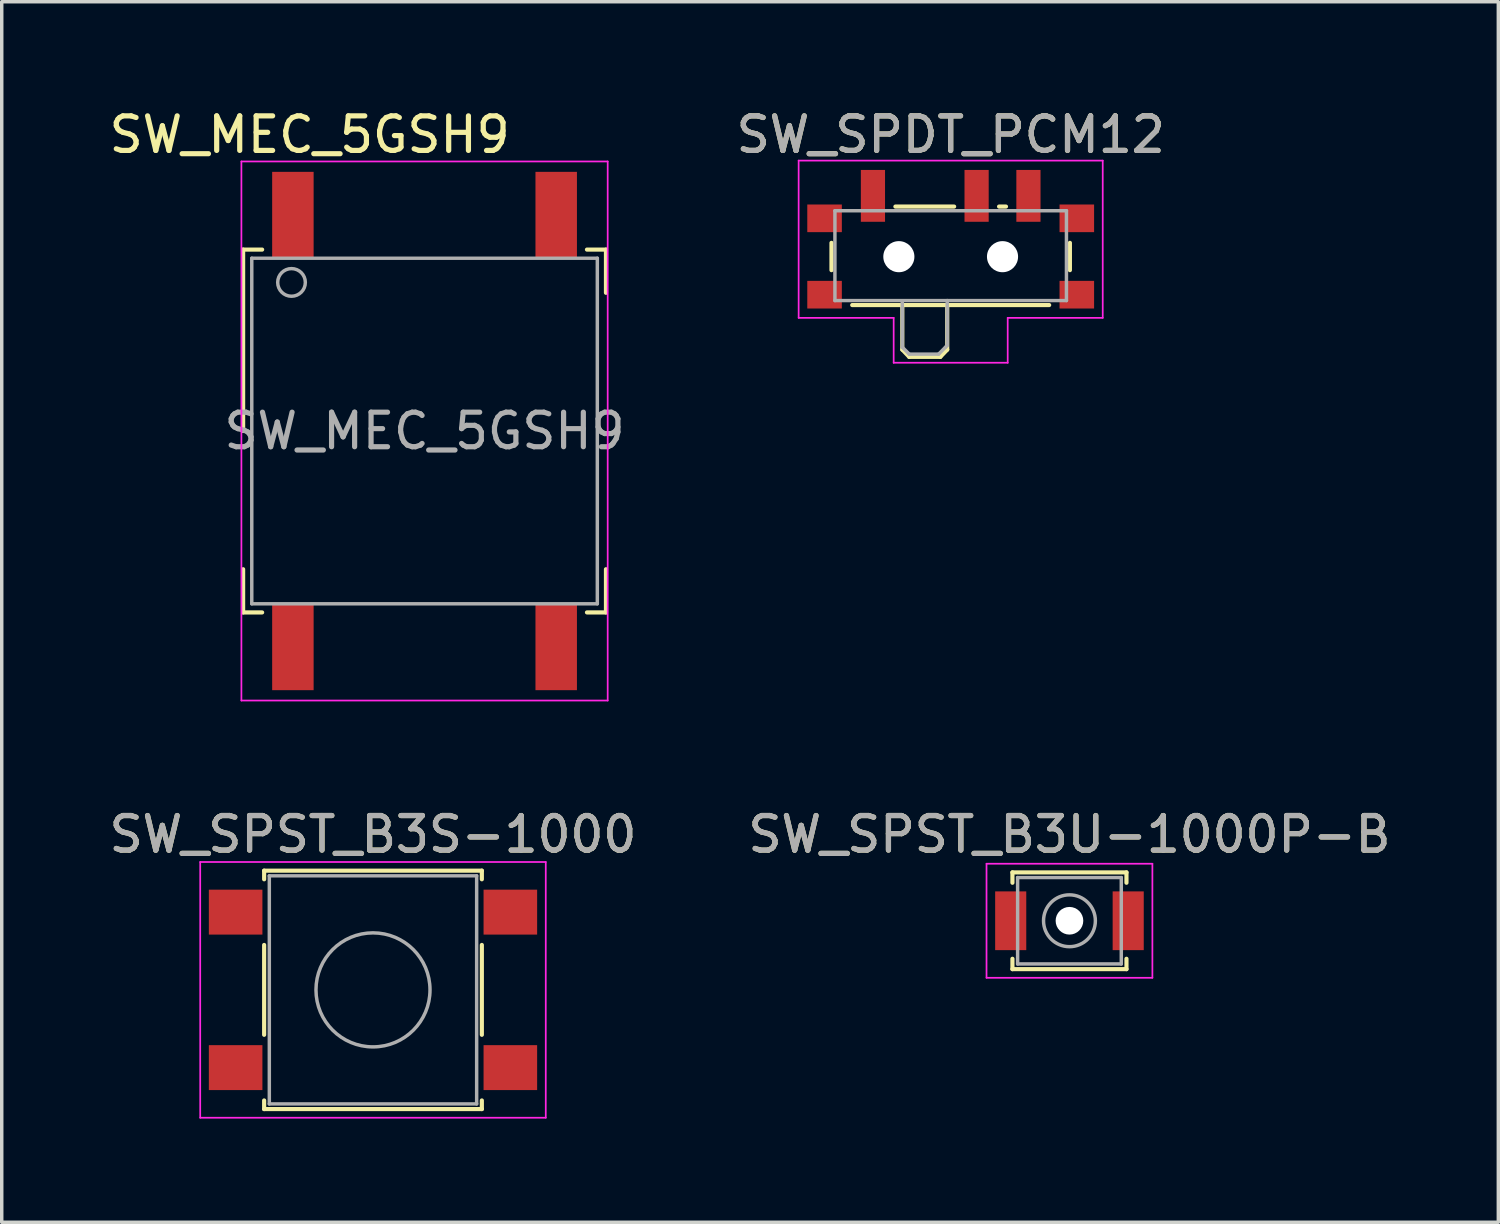
<source format=kicad_pcb>
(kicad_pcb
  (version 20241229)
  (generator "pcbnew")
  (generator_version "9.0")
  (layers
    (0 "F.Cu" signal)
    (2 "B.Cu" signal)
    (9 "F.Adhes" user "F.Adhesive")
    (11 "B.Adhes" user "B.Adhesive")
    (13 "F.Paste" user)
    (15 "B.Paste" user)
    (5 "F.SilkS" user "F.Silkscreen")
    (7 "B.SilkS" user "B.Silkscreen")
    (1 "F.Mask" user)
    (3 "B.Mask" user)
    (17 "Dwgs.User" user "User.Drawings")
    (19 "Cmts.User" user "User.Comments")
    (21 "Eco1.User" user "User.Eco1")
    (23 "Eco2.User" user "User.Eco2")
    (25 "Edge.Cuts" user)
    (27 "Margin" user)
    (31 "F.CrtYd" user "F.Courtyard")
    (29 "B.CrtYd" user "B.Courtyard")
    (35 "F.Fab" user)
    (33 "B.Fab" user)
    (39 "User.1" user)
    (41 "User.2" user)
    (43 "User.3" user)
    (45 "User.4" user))
  (footprint "SW_SPST_B3S-1000"
    (layer "F.Cu")
    (at 7.744 25.596)
    (property "Reference" "SW_SPST_B3S-1000" (at 0 -4.5 0) (layer "F.SilkS") (effects (font (size 1 1) (thickness 0.15))))
    (attr smd)
    (fp_line (start -3.15 -3.45) (end 3.15 -3.45) (stroke (width 0.12) (type solid)) (layer "F.SilkS"))
    (fp_line (start -3.15 -3.2) (end -3.15 -3.45) (stroke (width 0.12) (type solid)) (layer "F.SilkS"))
    (fp_line (start -3.15 1.3) (end -3.15 -1.3) (stroke (width 0.12) (type solid)) (layer "F.SilkS"))
    (fp_line (start -3.15 3.45) (end -3.15 3.2) (stroke (width 0.12) (type solid)) (layer "F.SilkS"))
    (fp_line (start 3.15 -3.45) (end 3.15 -3.2) (stroke (width 0.12) (type solid)) (layer "F.SilkS"))
    (fp_line (start 3.15 -1.3) (end 3.15 1.3) (stroke (width 0.12) (type solid)) (layer "F.SilkS"))
    (fp_line (start 3.15 3.2) (end 3.15 3.45) (stroke (width 0.12) (type solid)) (layer "F.SilkS"))
    (fp_line (start 3.15 3.45) (end -3.15 3.45) (stroke (width 0.12) (type solid)) (layer "F.SilkS"))
    (fp_line (start -5 -3.7) (end -5 3.7) (stroke (width 0.05) (type solid)) (layer "F.CrtYd"))
    (fp_line (start -5 3.7) (end 5 3.7) (stroke (width 0.05) (type solid)) (layer "F.CrtYd"))
    (fp_line (start 5 -3.7) (end -5 -3.7) (stroke (width 0.05) (type solid)) (layer "F.CrtYd"))
    (fp_line (start 5 3.7) (end 5 -3.7) (stroke (width 0.05) (type solid)) (layer "F.CrtYd"))
    (fp_line (start -3 -3.3) (end 3 -3.3) (stroke (width 0.1) (type solid)) (layer "F.Fab"))
    (fp_line (start -3 3.3) (end -3 -3.3) (stroke (width 0.1) (type solid)) (layer "F.Fab"))
    (fp_line (start 3 -3.3) (end 3 3.3) (stroke (width 0.1) (type solid)) (layer "F.Fab"))
    (fp_line (start 3 3.3) (end -3 3.3) (stroke (width 0.1) (type solid)) (layer "F.Fab"))
    (fp_circle (center 0 0) (end 1.65 0) (stroke (width 0.1) (type solid)) (fill no) (layer "F.Fab"))
    (fp_text user "${REFERENCE}" (at 0 -4.5 0) (layer "F.Fab") (effects (font (size 1 1) (thickness 0.15))))
    (pad "1" smd rect (at -3.975 -2.25) (size 1.55 1.3) (layers "F.Cu" "F.Mask" "F.Paste"))
    (pad "1" smd rect (at 3.975 -2.25) (size 1.55 1.3) (layers "F.Cu" "F.Mask" "F.Paste"))
    (pad "2" smd rect (at -3.975 2.25) (size 1.55 1.3) (layers "F.Cu" "F.Mask" "F.Paste"))
    (pad "2" smd rect (at 3.975 2.25) (size 1.55 1.3) (layers "F.Cu" "F.Mask" "F.Paste")))
  (footprint "SW_SPST_B3U-1000P-B"
    (layer "F.Cu")
    (at 27.899 23.596)
    (property "Reference" "SW_SPST_B3U-1000P-B" (at 0 -2.5 0) (layer "F.SilkS") (effects (font (size 1 1) (thickness 0.15))))
    (attr smd)
    (fp_line (start -1.65 -1.4) (end 1.65 -1.4) (stroke (width 0.12) (type solid)) (layer "F.SilkS"))
    (fp_line (start -1.65 -1.1) (end -1.65 -1.4) (stroke (width 0.12) (type solid)) (layer "F.SilkS"))
    (fp_line (start -1.65 1.1) (end -1.65 1.4) (stroke (width 0.12) (type solid)) (layer "F.SilkS"))
    (fp_line (start -1.65 1.4) (end 1.65 1.4) (stroke (width 0.12) (type solid)) (layer "F.SilkS"))
    (fp_line (start 1.65 -1.4) (end 1.65 -1.1) (stroke (width 0.12) (type solid)) (layer "F.SilkS"))
    (fp_line (start 1.65 1.4) (end 1.65 1.1) (stroke (width 0.12) (type solid)) (layer "F.SilkS"))
    (fp_line (start -2.4 -1.65) (end -2.4 1.65) (stroke (width 0.05) (type solid)) (layer "F.CrtYd"))
    (fp_line (start -2.4 1.65) (end 2.4 1.65) (stroke (width 0.05) (type solid)) (layer "F.CrtYd"))
    (fp_line (start 2.4 -1.65) (end -2.4 -1.65) (stroke (width 0.05) (type solid)) (layer "F.CrtYd"))
    (fp_line (start 2.4 1.65) (end 2.4 -1.65) (stroke (width 0.05) (type solid)) (layer "F.CrtYd"))
    (fp_line (start -1.5 -1.25) (end 1.5 -1.25) (stroke (width 0.1) (type solid)) (layer "F.Fab"))
    (fp_line (start -1.5 1.25) (end -1.5 -1.25) (stroke (width 0.1) (type solid)) (layer "F.Fab"))
    (fp_line (start 1.5 -1.25) (end 1.5 1.25) (stroke (width 0.1) (type solid)) (layer "F.Fab"))
    (fp_line (start 1.5 1.25) (end -1.5 1.25) (stroke (width 0.1) (type solid)) (layer "F.Fab"))
    (fp_circle (center 0 0) (end 0.75 0) (stroke (width 0.1) (type solid)) (fill no) (layer "F.Fab"))
    (fp_text user "${REFERENCE}" (at 0 -2.5 0) (layer "F.Fab") (effects (font (size 1 1) (thickness 0.15))))
    (pad "" np_thru_hole circle (at 0 0) (size 0.8 0.8) (drill 0.8) (layers "*.Cu" "*.Mask"))
    (pad "1" smd rect (at -1.7 0) (size 0.9 1.7) (layers "F.Cu" "F.Mask" "F.Paste"))
    (pad "2" smd rect (at 1.7 0) (size 0.9 1.7) (layers "F.Cu" "F.Mask" "F.Paste")))
  (footprint "SW_MEC_5GSH9"
    (layer "F.Cu")
    (at 9.236 9.423)
    (property "Reference" "SW_MEC_5GSH9" (at -3.325 -8.575 180) (layer "F.SilkS") (effects (font (size 1 1) (thickness 0.15))))
    (attr smd)
    (fp_line (start -5.25 -5.25) (end -5.25 0) (stroke (width 0.12) (type solid)) (layer "F.SilkS"))
    (fp_line (start -5.25 5.25) (end -5.25 4) (stroke (width 0.12) (type solid)) (layer "F.SilkS"))
    (fp_line (start -4.7 -5.25) (end -5.25 -5.25) (stroke (width 0.12) (type solid)) (layer "F.SilkS"))
    (fp_line (start -4.7 5.25) (end -5.25 5.25) (stroke (width 0.12) (type solid)) (layer "F.SilkS"))
    (fp_line (start 4.7 -5.25) (end 5.25 -5.25) (stroke (width 0.12) (type solid)) (layer "F.SilkS"))
    (fp_line (start 4.7 5.25) (end 5.25 5.25) (stroke (width 0.12) (type solid)) (layer "F.SilkS"))
    (fp_line (start 5.25 -5.25) (end 5.25 -4) (stroke (width 0.12) (type solid)) (layer "F.SilkS"))
    (fp_line (start 5.25 5.25) (end 5.25 4) (stroke (width 0.12) (type solid)) (layer "F.SilkS"))
    (fp_line (start -5.3 -7.8) (end 5.3 -7.8) (stroke (width 0.05) (type solid)) (layer "F.CrtYd"))
    (fp_line (start -5.3 7.8) (end -5.3 -7.8) (stroke (width 0.05) (type solid)) (layer "F.CrtYd"))
    (fp_line (start 5.3 -7.8) (end 5.3 7.8) (stroke (width 0.05) (type solid)) (layer "F.CrtYd"))
    (fp_line (start 5.3 7.8) (end -5.3 7.8) (stroke (width 0.05) (type solid)) (layer "F.CrtYd"))
    (fp_line (start -5 -5) (end 5 -5) (stroke (width 0.1) (type solid)) (layer "F.Fab"))
    (fp_line (start -5 5) (end -5 -5) (stroke (width 0.1) (type solid)) (layer "F.Fab"))
    (fp_line (start 5 -5) (end 5 5) (stroke (width 0.1) (type solid)) (layer "F.Fab"))
    (fp_line (start 5 5) (end -5 5) (stroke (width 0.1) (type solid)) (layer "F.Fab"))
    (fp_circle (center -3.85 -4.3) (end -3.85 -4.7) (stroke (width 0.1) (type solid)) (fill no) (layer "F.Fab"))
    (fp_text user "${REFERENCE}" (at 0 0 0) (layer "F.Fab") (effects (font (size 1 1) (thickness 0.15))))
    (pad "1" smd rect (at -3.81 -6.25 90) (size 2.5 1.2) (layers "F.Cu" "F.Mask" "F.Paste"))
    (pad "2" smd rect (at -3.81 6.25 90) (size 2.5 1.2) (layers "F.Cu" "F.Mask" "F.Paste"))
    (pad "3" smd rect (at 3.81 -6.25 90) (size 2.5 1.2) (layers "F.Cu" "F.Mask" "F.Paste"))
    (pad "4" smd rect (at 3.81 6.25 90) (size 2.5 1.2) (layers "F.Cu" "F.Mask" "F.Paste")))
  (footprint "SW_SPDT_PCM12"
    (layer "F.Cu")
    (at 24.462 4.048)
    (property "Reference" "SW_SPDT_PCM12" (at 0 -3.2 0) (layer "F.SilkS") (effects (font (size 1 1) (thickness 0.15))))
    (attr smd)
    (fp_line (start -3.45 -0.07) (end -3.45 0.72) (stroke (width 0.12) (type solid)) (layer "F.SilkS"))
    (fp_line (start -2.85 1.73) (end 2.85 1.73) (stroke (width 0.12) (type solid)) (layer "F.SilkS"))
    (fp_line (start -1.6 -1.12) (end 0.1 -1.12) (stroke (width 0.12) (type solid)) (layer "F.SilkS"))
    (fp_line (start -1.4 1.73) (end -1.4 3.02) (stroke (width 0.12) (type solid)) (layer "F.SilkS"))
    (fp_line (start -1.4 3.02) (end -1.2 3.23) (stroke (width 0.12) (type solid)) (layer "F.SilkS"))
    (fp_line (start -1.2 3.23) (end -0.3 3.23) (stroke (width 0.12) (type solid)) (layer "F.SilkS"))
    (fp_line (start -0.1 3.02) (end -0.3 3.23) (stroke (width 0.12) (type solid)) (layer "F.SilkS"))
    (fp_line (start -0.1 3.02) (end -0.1 1.73) (stroke (width 0.12) (type solid)) (layer "F.SilkS"))
    (fp_line (start 1.4 -1.12) (end 1.6 -1.12) (stroke (width 0.12) (type solid)) (layer "F.SilkS"))
    (fp_line (start 3.45 0.72) (end 3.45 -0.07) (stroke (width 0.12) (type solid)) (layer "F.SilkS"))
    (fp_line (start -4.4 -2.45) (end 4.4 -2.45) (stroke (width 0.05) (type solid)) (layer "F.CrtYd"))
    (fp_line (start -4.4 2.1) (end -4.4 -2.45) (stroke (width 0.05) (type solid)) (layer "F.CrtYd"))
    (fp_line (start -1.65 2.1) (end -4.4 2.1) (stroke (width 0.05) (type solid)) (layer "F.CrtYd"))
    (fp_line (start -1.65 3.4) (end -1.65 2.1) (stroke (width 0.05) (type solid)) (layer "F.CrtYd"))
    (fp_line (start 1.65 2.1) (end 1.65 3.4) (stroke (width 0.05) (type solid)) (layer "F.CrtYd"))
    (fp_line (start 1.65 3.4) (end -1.65 3.4) (stroke (width 0.05) (type solid)) (layer "F.CrtYd"))
    (fp_line (start 4.4 -2.45) (end 4.4 2.1) (stroke (width 0.05) (type solid)) (layer "F.CrtYd"))
    (fp_line (start 4.4 2.1) (end 1.65 2.1) (stroke (width 0.05) (type solid)) (layer "F.CrtYd"))
    (fp_line (start -3.35 -1) (end -3.35 1.6) (stroke (width 0.1) (type solid)) (layer "F.Fab"))
    (fp_line (start -3.35 1.6) (end 3.35 1.6) (stroke (width 0.1) (type solid)) (layer "F.Fab"))
    (fp_line (start -1.4 1.65) (end -1.4 2.95) (stroke (width 0.1) (type solid)) (layer "F.Fab"))
    (fp_line (start -1.4 2.95) (end -1.2 3.15) (stroke (width 0.1) (type solid)) (layer "F.Fab"))
    (fp_line (start -1.2 3.15) (end -0.35 3.15) (stroke (width 0.1) (type solid)) (layer "F.Fab"))
    (fp_line (start -0.35 3.15) (end -0.15 2.95) (stroke (width 0.1) (type solid)) (layer "F.Fab"))
    (fp_line (start -0.15 2.95) (end -0.1 2.9) (stroke (width 0.1) (type solid)) (layer "F.Fab"))
    (fp_line (start -0.1 2.9) (end -0.1 1.6) (stroke (width 0.1) (type solid)) (layer "F.Fab"))
    (fp_line (start 3.35 -1) (end -3.35 -1) (stroke (width 0.1) (type solid)) (layer "F.Fab"))
    (fp_line (start 3.35 1.6) (end 3.35 -1) (stroke (width 0.1) (type solid)) (layer "F.Fab"))
    (fp_text user "${REFERENCE}" (at 0 -3.2 0) (layer "F.Fab") (effects (font (size 1 1) (thickness 0.15))))
    (pad "" smd rect (at -3.65 -0.78) (size 1 0.8) (layers "F.Cu" "F.Mask" "F.Paste"))
    (pad "" smd rect (at -3.65 1.43) (size 1 0.8) (layers "F.Cu" "F.Mask" "F.Paste"))
    (pad "" np_thru_hole circle (at -1.5 0.33) (size 0.9 0.9) (drill 0.9) (layers "*.Cu" "*.Mask"))
    (pad "" np_thru_hole circle (at 1.5 0.33) (size 0.9 0.9) (drill 0.9) (layers "*.Cu" "*.Mask"))
    (pad "" smd rect (at 3.65 -0.78) (size 1 0.8) (layers "F.Cu" "F.Mask" "F.Paste"))
    (pad "" smd rect (at 3.65 1.43) (size 1 0.8) (layers "F.Cu" "F.Mask" "F.Paste"))
    (pad "1" smd rect (at -2.25 -1.43) (size 0.7 1.5) (layers "F.Cu" "F.Mask" "F.Paste"))
    (pad "2" smd rect (at 0.75 -1.43) (size 0.7 1.5) (layers "F.Cu" "F.Mask" "F.Paste"))
    (pad "3" smd rect (at 2.25 -1.43) (size 0.7 1.5) (layers "F.Cu" "F.Mask" "F.Paste")))
  (gr_rect
    (start -3 -3)
    (end 40.31 32.322)
    (stroke (width 0.1) (type default))
    (fill no)
    (layer "Edge.Cuts")))
</source>
